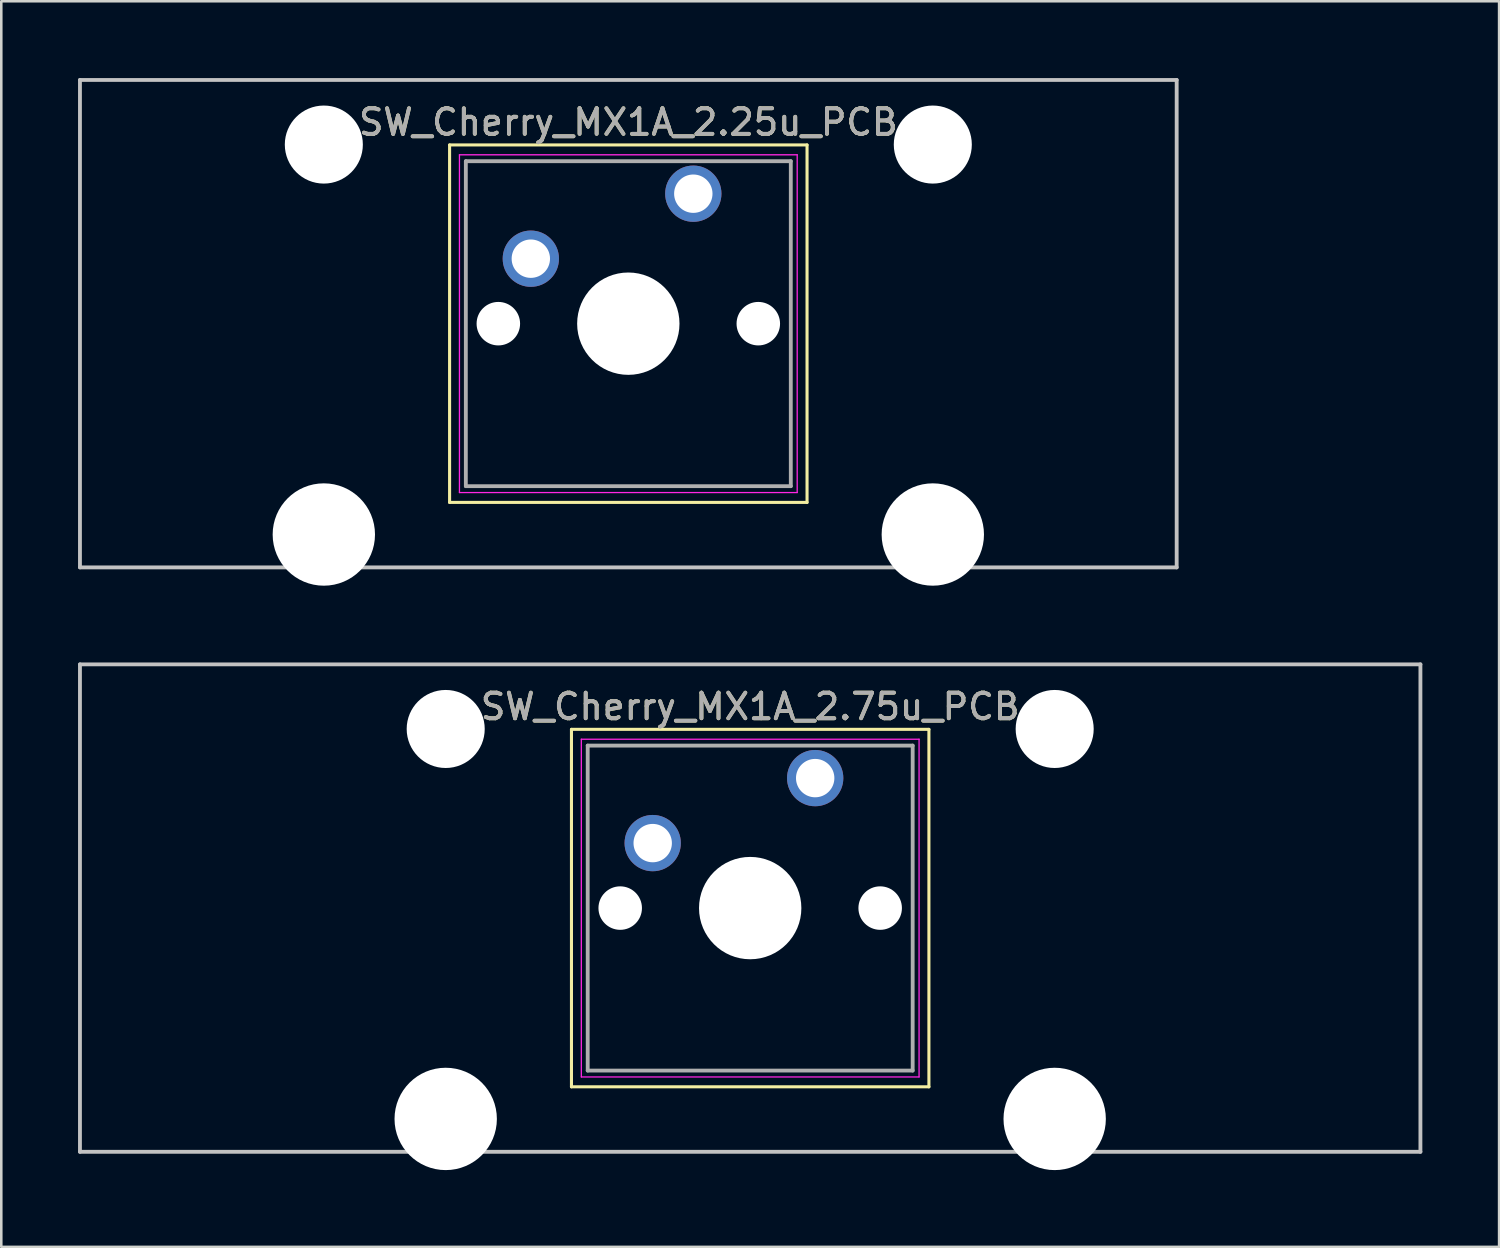
<source format=kicad_pcb>
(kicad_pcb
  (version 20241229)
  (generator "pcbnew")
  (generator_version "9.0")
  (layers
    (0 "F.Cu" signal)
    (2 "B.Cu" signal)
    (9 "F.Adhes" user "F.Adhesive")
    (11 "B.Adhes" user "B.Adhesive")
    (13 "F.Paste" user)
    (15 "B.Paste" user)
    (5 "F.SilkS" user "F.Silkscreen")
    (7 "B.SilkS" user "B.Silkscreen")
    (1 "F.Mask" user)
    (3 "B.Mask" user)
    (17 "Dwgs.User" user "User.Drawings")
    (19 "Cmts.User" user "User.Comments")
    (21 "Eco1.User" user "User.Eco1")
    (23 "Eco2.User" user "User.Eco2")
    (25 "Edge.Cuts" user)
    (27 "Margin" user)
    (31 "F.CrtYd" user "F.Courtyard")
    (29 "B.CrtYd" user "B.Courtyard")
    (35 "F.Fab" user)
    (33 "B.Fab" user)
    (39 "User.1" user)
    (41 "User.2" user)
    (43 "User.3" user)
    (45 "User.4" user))
  (footprint "SW_Cherry_MX1A_2.75u_PCB"
    (layer "F.Cu")
    (at 26.269 32.44)
    (property "Reference" "SW_Cherry_MX1A_2.75u_PCB" (at 0 -7.874 0) (layer "F.SilkS") (effects (font (size 1 1) (thickness 0.15))))
    (attr through_hole)
    (fp_line (start -6.985 -6.985) (end 6.985 -6.985) (stroke (width 0.12) (type solid)) (layer "F.SilkS"))
    (fp_line (start -6.985 6.985) (end -6.985 -6.985) (stroke (width 0.12) (type solid)) (layer "F.SilkS"))
    (fp_line (start 6.985 -6.985) (end 6.985 6.985) (stroke (width 0.12) (type solid)) (layer "F.SilkS"))
    (fp_line (start 6.985 6.985) (end -6.985 6.985) (stroke (width 0.12) (type solid)) (layer "F.SilkS"))
    (fp_line (start -26.194 -9.525) (end 26.194 -9.525) (stroke (width 0.15) (type solid)) (layer "Dwgs.User"))
    (fp_line (start -26.194 9.525) (end -26.194 -9.525) (stroke (width 0.15) (type solid)) (layer "Dwgs.User"))
    (fp_line (start 26.194 -9.525) (end 26.194 9.525) (stroke (width 0.15) (type solid)) (layer "Dwgs.User"))
    (fp_line (start 26.194 9.525) (end -26.194 9.525) (stroke (width 0.15) (type solid)) (layer "Dwgs.User"))
    (fp_line (start -6.6 -6.6) (end 6.6 -6.6) (stroke (width 0.05) (type solid)) (layer "F.CrtYd"))
    (fp_line (start -6.6 6.6) (end -6.6 -6.6) (stroke (width 0.05) (type solid)) (layer "F.CrtYd"))
    (fp_line (start 6.6 -6.6) (end 6.6 6.6) (stroke (width 0.05) (type solid)) (layer "F.CrtYd"))
    (fp_line (start 6.6 6.6) (end -6.6 6.6) (stroke (width 0.05) (type solid)) (layer "F.CrtYd"))
    (fp_line (start -6.35 -6.35) (end 6.35 -6.35) (stroke (width 0.15) (type solid)) (layer "F.Fab"))
    (fp_line (start -6.35 6.35) (end -6.35 -6.35) (stroke (width 0.15) (type solid)) (layer "F.Fab"))
    (fp_line (start 6.35 -6.35) (end 6.35 6.35) (stroke (width 0.15) (type solid)) (layer "F.Fab"))
    (fp_line (start 6.35 6.35) (end -6.35 6.35) (stroke (width 0.15) (type solid)) (layer "F.Fab"))
    (fp_text user "${REFERENCE}" (at 0 -7.874 0) (layer "F.Fab") (effects (font (size 1 1) (thickness 0.15))))
    (pad "" np_thru_hole circle (at -11.9 -7) (size 3.05 3.05) (drill 3.05) (layers "*.Cu" "*.Mask"))
    (pad "" np_thru_hole circle (at -11.9 8.24) (size 4 4) (drill 4) (layers "*.Cu" "*.Mask"))
    (pad "" np_thru_hole circle (at -5.08 0) (size 1.7 1.7) (drill 1.7) (layers "*.Cu" "*.Mask"))
    (pad "" np_thru_hole circle (at 0 0) (size 4 4) (drill 4) (layers "*.Cu" "*.Mask"))
    (pad "" np_thru_hole circle (at 5.08 0) (size 1.7 1.7) (drill 1.7) (layers "*.Cu" "*.Mask"))
    (pad "" np_thru_hole circle (at 11.9 -7) (size 3.05 3.05) (drill 3.05) (layers "*.Cu" "*.Mask"))
    (pad "" np_thru_hole circle (at 11.9 8.24) (size 4 4) (drill 4) (layers "*.Cu" "*.Mask"))
    (pad "1" thru_hole circle (at 2.54 -5.08) (size 2.2 2.2) (drill 1.5) (layers "*.Cu" "*.Mask"))
    (pad "2" thru_hole circle (at -3.81 -2.54) (size 2.2 2.2) (drill 1.5) (layers "*.Cu" "*.Mask")))
  (footprint "SW_Cherry_MX1A_2.25u_PCB"
    (layer "F.Cu")
    (at 21.506 9.6)
    (property "Reference" "SW_Cherry_MX1A_2.25u_PCB" (at 0 -7.874 0) (layer "F.SilkS") (effects (font (size 1 1) (thickness 0.15))))
    (attr through_hole)
    (fp_line (start -6.985 -6.985) (end 6.985 -6.985) (stroke (width 0.12) (type solid)) (layer "F.SilkS"))
    (fp_line (start -6.985 6.985) (end -6.985 -6.985) (stroke (width 0.12) (type solid)) (layer "F.SilkS"))
    (fp_line (start 6.985 -6.985) (end 6.985 6.985) (stroke (width 0.12) (type solid)) (layer "F.SilkS"))
    (fp_line (start 6.985 6.985) (end -6.985 6.985) (stroke (width 0.12) (type solid)) (layer "F.SilkS"))
    (fp_line (start -21.431 -9.525) (end 21.431 -9.525) (stroke (width 0.15) (type solid)) (layer "Dwgs.User"))
    (fp_line (start -21.431 9.525) (end -21.431 -9.525) (stroke (width 0.15) (type solid)) (layer "Dwgs.User"))
    (fp_line (start 21.431 -9.525) (end 21.431 9.525) (stroke (width 0.15) (type solid)) (layer "Dwgs.User"))
    (fp_line (start 21.431 9.525) (end -21.431 9.525) (stroke (width 0.15) (type solid)) (layer "Dwgs.User"))
    (fp_line (start -6.6 -6.6) (end 6.6 -6.6) (stroke (width 0.05) (type solid)) (layer "F.CrtYd"))
    (fp_line (start -6.6 6.6) (end -6.6 -6.6) (stroke (width 0.05) (type solid)) (layer "F.CrtYd"))
    (fp_line (start 6.6 -6.6) (end 6.6 6.6) (stroke (width 0.05) (type solid)) (layer "F.CrtYd"))
    (fp_line (start 6.6 6.6) (end -6.6 6.6) (stroke (width 0.05) (type solid)) (layer "F.CrtYd"))
    (fp_line (start -6.35 -6.35) (end 6.35 -6.35) (stroke (width 0.15) (type solid)) (layer "F.Fab"))
    (fp_line (start -6.35 6.35) (end -6.35 -6.35) (stroke (width 0.15) (type solid)) (layer "F.Fab"))
    (fp_line (start 6.35 -6.35) (end 6.35 6.35) (stroke (width 0.15) (type solid)) (layer "F.Fab"))
    (fp_line (start 6.35 6.35) (end -6.35 6.35) (stroke (width 0.15) (type solid)) (layer "F.Fab"))
    (fp_text user "${REFERENCE}" (at 0 -7.874 0) (layer "F.Fab") (effects (font (size 1 1) (thickness 0.15))))
    (pad "" np_thru_hole circle (at -11.9 -7) (size 3.05 3.05) (drill 3.05) (layers "*.Cu" "*.Mask"))
    (pad "" np_thru_hole circle (at -11.9 8.24) (size 4 4) (drill 4) (layers "*.Cu" "*.Mask"))
    (pad "" np_thru_hole circle (at -5.08 0) (size 1.7 1.7) (drill 1.7) (layers "*.Cu" "*.Mask"))
    (pad "" np_thru_hole circle (at 0 0) (size 4 4) (drill 4) (layers "*.Cu" "*.Mask"))
    (pad "" np_thru_hole circle (at 5.08 0) (size 1.7 1.7) (drill 1.7) (layers "*.Cu" "*.Mask"))
    (pad "" np_thru_hole circle (at 11.9 -7) (size 3.05 3.05) (drill 3.05) (layers "*.Cu" "*.Mask"))
    (pad "" np_thru_hole circle (at 11.9 8.24) (size 4 4) (drill 4) (layers "*.Cu" "*.Mask"))
    (pad "1" thru_hole circle (at 2.54 -5.08) (size 2.2 2.2) (drill 1.5) (layers "*.Cu" "*.Mask"))
    (pad "2" thru_hole circle (at -3.81 -2.54) (size 2.2 2.2) (drill 1.5) (layers "*.Cu" "*.Mask")))
  (gr_rect
    (start -3 -3)
    (end 55.538 45.68)
    (stroke (width 0.1) (type default))
    (fill no)
    (layer "Edge.Cuts")))
</source>
